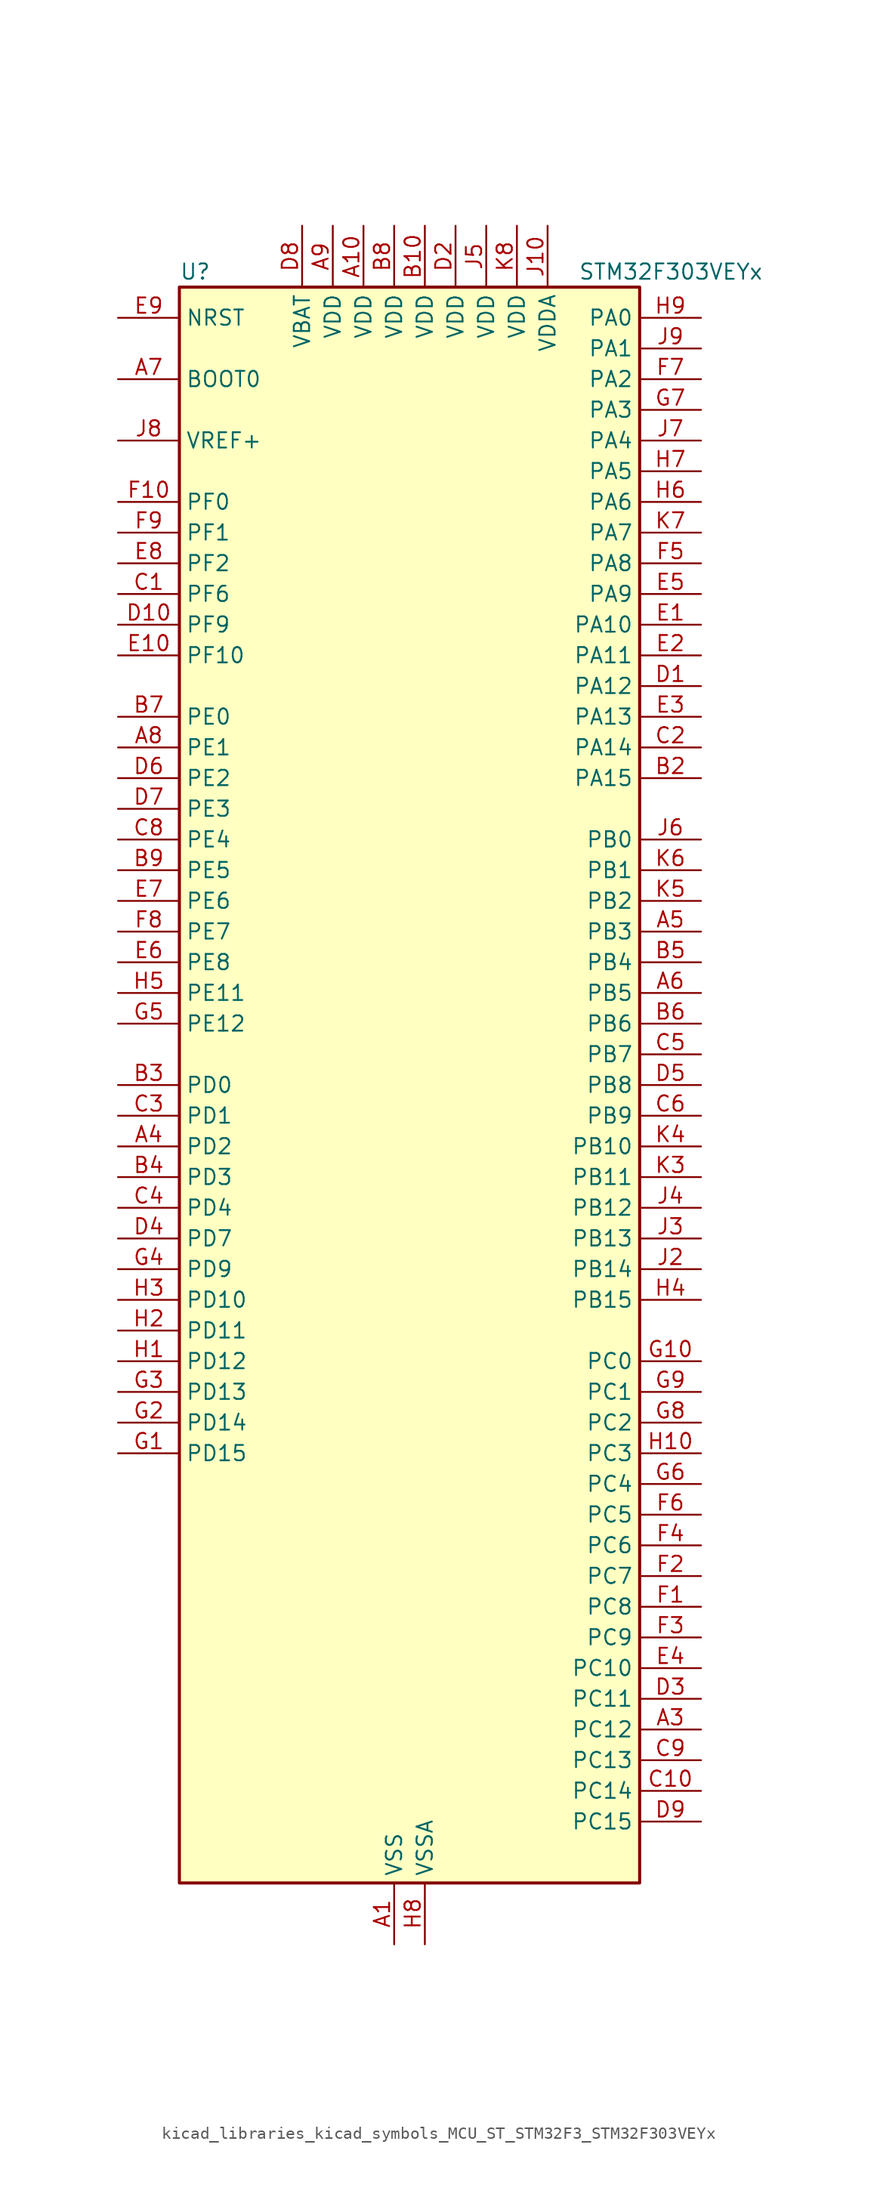
<source format=kicad_sym>
(kicad_symbol_lib
  (version 20220914)
  (generator kicad_symbol_editor)
  (symbol "kicad_libraries_kicad_symbols_MCU_ST_STM32F3_STM32F303VEYx"
    (property "Reference" "U"
      (at -17.78 67.31 0)
      (effects (font (size 1.27 1.27)) (justify left)))
    (property "Value" "STM32F303VEYx"
      (at 15.24 67.31 0)
      (effects (font (size 1.27 1.27)) (justify left)))
    (property "ki_locked" ""
      (at 0 0 0)
      (effects (font (size 1.27 1.27))))
    (symbol "kicad_libraries_kicad_symbols_MCU_ST_STM32F3_STM32F303VEYx_0_1"
      (rectangle (start -17.78 -66.04) (end 20.32 66.04) (stroke (width 0.254) (type default)) (fill (type background))))
    (symbol "kicad_libraries_kicad_symbols_MCU_ST_STM32F3_STM32F303VEYx_1_1"
      (pin power_in line (at 0 -71.12 90) (length 5.08) (name "VSS" (effects (font (size 1.27 1.27)))) (number "A1" (effects (font (size 1.27 1.27)))))
      (pin power_in line (at -2.54 71.12 270) (length 5.08) (name "VDD" (effects (font (size 1.27 1.27)))) (number "A10" (effects (font (size 1.27 1.27)))))
      (pin passive line (at 0 -71.12 90) (length 5.08) hide (name "VSS" (effects (font (size 1.27 1.27)))) (number "A2" (effects (font (size 1.27 1.27)))))
      (pin bidirectional line (at 25.4 -53.34 180) (length 5.08) (name "PC12" (effects (font (size 1.27 1.27)))) (number "A3" (effects (font (size 1.27 1.27)))) (alternate "I2S3_SD" bidirectional line) (alternate "SPI3_MOSI" bidirectional line) (alternate "TIM8_CH3N" bidirectional line) (alternate "UART5_TX" bidirectional line) (alternate "USART3_CK" bidirectional line))
      (pin bidirectional line (at -22.86 -5.08 0) (length 5.08) (name "PD2" (effects (font (size 1.27 1.27)))) (number "A4" (effects (font (size 1.27 1.27)))) (alternate "ADC3_EXTI2" bidirectional line) (alternate "ADC4_EXTI2" bidirectional line) (alternate "TIM3_ETR" bidirectional line) (alternate "TIM8_BKIN" bidirectional line) (alternate "UART5_RX" bidirectional line))
      (pin bidirectional line (at 25.4 12.7 180) (length 5.08) (name "PB3" (effects (font (size 1.27 1.27)))) (number "A5" (effects (font (size 1.27 1.27)))) (alternate "I2S3_CK" bidirectional line) (alternate "SPI1_SCK" bidirectional line) (alternate "SPI3_SCK" bidirectional line) (alternate "SYS_JTDO-TRACESWO" bidirectional line) (alternate "TIM2_CH2" bidirectional line) (alternate "TIM3_ETR" bidirectional line) (alternate "TIM4_ETR" bidirectional line) (alternate "TIM8_CH1N" bidirectional line) (alternate "TSC_G5_IO1" bidirectional line) (alternate "USART2_TX" bidirectional line))
      (pin bidirectional line (at 25.4 7.62 180) (length 5.08) (name "PB5" (effects (font (size 1.27 1.27)))) (number "A6" (effects (font (size 1.27 1.27)))) (alternate "I2C1_SMBA" bidirectional line) (alternate "I2C3_SDA" bidirectional line) (alternate "I2S3_SD" bidirectional line) (alternate "SPI1_MOSI" bidirectional line) (alternate "SPI3_MOSI" bidirectional line) (alternate "TIM16_BKIN" bidirectional line) (alternate "TIM17_CH1" bidirectional line) (alternate "TIM3_CH2" bidirectional line) (alternate "TIM8_CH3N" bidirectional line) (alternate "USART2_CK" bidirectional line))
      (pin input line (at -22.86 58.42 0) (length 5.08) (name "BOOT0" (effects (font (size 1.27 1.27)))) (number "A7" (effects (font (size 1.27 1.27)))))
      (pin bidirectional line (at -22.86 27.94 0) (length 5.08) (name "PE1" (effects (font (size 1.27 1.27)))) (number "A8" (effects (font (size 1.27 1.27)))) (alternate "FMC_NBL1" bidirectional line) (alternate "TIM17_CH1" bidirectional line) (alternate "TIM20_CH4" bidirectional line) (alternate "USART1_RX" bidirectional line))
      (pin power_in line (at -5.08 71.12 270) (length 5.08) (name "VDD" (effects (font (size 1.27 1.27)))) (number "A9" (effects (font (size 1.27 1.27)))))
      (pin passive line (at 0 -71.12 90) (length 5.08) hide (name "VSS" (effects (font (size 1.27 1.27)))) (number "B1" (effects (font (size 1.27 1.27)))))
      (pin power_in line (at 2.54 71.12 270) (length 5.08) (name "VDD" (effects (font (size 1.27 1.27)))) (number "B10" (effects (font (size 1.27 1.27)))))
      (pin bidirectional line (at 25.4 25.4 180) (length 5.08) (name "PA15" (effects (font (size 1.27 1.27)))) (number "B2" (effects (font (size 1.27 1.27)))) (alternate "ADC1_EXTI15" bidirectional line) (alternate "ADC2_EXTI15" bidirectional line) (alternate "ADC3_EXTI15" bidirectional line) (alternate "ADC4_EXTI15" bidirectional line) (alternate "I2C1_SCL" bidirectional line) (alternate "I2S3_WS" bidirectional line) (alternate "SPI1_NSS" bidirectional line) (alternate "SPI3_NSS" bidirectional line) (alternate "SYS_JTDI" bidirectional line) (alternate "TIM1_BKIN" bidirectional line) (alternate "TIM2_CH1" bidirectional line) (alternate "TIM2_ETR" bidirectional line) (alternate "TIM8_CH1" bidirectional line) (alternate "TSC_SYNC" bidirectional line) (alternate "USART2_RX" bidirectional line))
      (pin bidirectional line (at -22.86 0 0) (length 5.08) (name "PD0" (effects (font (size 1.27 1.27)))) (number "B3" (effects (font (size 1.27 1.27)))) (alternate "CAN_RX" bidirectional line) (alternate "FMC_D2" bidirectional line) (alternate "FMC_DA2" bidirectional line))
      (pin bidirectional line (at -22.86 -7.62 0) (length 5.08) (name "PD3" (effects (font (size 1.27 1.27)))) (number "B4" (effects (font (size 1.27 1.27)))) (alternate "FMC_CLK" bidirectional line) (alternate "TIM2_CH1" bidirectional line) (alternate "TIM2_ETR" bidirectional line) (alternate "USART2_CTS" bidirectional line))
      (pin bidirectional line (at 25.4 10.16 180) (length 5.08) (name "PB4" (effects (font (size 1.27 1.27)))) (number "B5" (effects (font (size 1.27 1.27)))) (alternate "I2S3_ext_SD" bidirectional line) (alternate "SPI1_MISO" bidirectional line) (alternate "SPI3_MISO" bidirectional line) (alternate "SYS_NJTRST" bidirectional line) (alternate "TIM16_CH1" bidirectional line) (alternate "TIM17_BKIN" bidirectional line) (alternate "TIM3_CH1" bidirectional line) (alternate "TIM8_CH2N" bidirectional line) (alternate "TSC_G5_IO2" bidirectional line) (alternate "USART2_RX" bidirectional line))
      (pin bidirectional line (at 25.4 5.08 180) (length 5.08) (name "PB6" (effects (font (size 1.27 1.27)))) (number "B6" (effects (font (size 1.27 1.27)))) (alternate "I2C1_SCL" bidirectional line) (alternate "TIM16_CH1N" bidirectional line) (alternate "TIM4_CH1" bidirectional line) (alternate "TIM8_BKIN2" bidirectional line) (alternate "TIM8_CH1" bidirectional line) (alternate "TIM8_ETR" bidirectional line) (alternate "TSC_G5_IO3" bidirectional line) (alternate "USART1_TX" bidirectional line))
      (pin bidirectional line (at -22.86 30.48 0) (length 5.08) (name "PE0" (effects (font (size 1.27 1.27)))) (number "B7" (effects (font (size 1.27 1.27)))) (alternate "FMC_NBL0" bidirectional line) (alternate "TIM16_CH1" bidirectional line) (alternate "TIM20_ETR" bidirectional line) (alternate "TIM4_ETR" bidirectional line) (alternate "USART1_TX" bidirectional line))
      (pin power_in line (at 0 71.12 270) (length 5.08) (name "VDD" (effects (font (size 1.27 1.27)))) (number "B8" (effects (font (size 1.27 1.27)))))
      (pin bidirectional line (at -22.86 17.78 0) (length 5.08) (name "PE5" (effects (font (size 1.27 1.27)))) (number "B9" (effects (font (size 1.27 1.27)))) (alternate "FMC_A21" bidirectional line) (alternate "SPI4_MISO" bidirectional line) (alternate "SYS_TRACED2" bidirectional line) (alternate "TIM20_CH2N" bidirectional line) (alternate "TIM3_CH4" bidirectional line) (alternate "TSC_G7_IO4" bidirectional line))
      (pin bidirectional line (at -22.86 40.64 0) (length 5.08) (name "PF6" (effects (font (size 1.27 1.27)))) (number "C1" (effects (font (size 1.27 1.27)))) (alternate "FMC_NIORD" bidirectional line) (alternate "I2C2_SCL" bidirectional line) (alternate "TIM4_CH4" bidirectional line) (alternate "USART3_DE" bidirectional line) (alternate "USART3_RTS" bidirectional line))
      (pin bidirectional line (at 25.4 -58.42 180) (length 5.08) (name "PC14" (effects (font (size 1.27 1.27)))) (number "C10" (effects (font (size 1.27 1.27)))) (alternate "RCC_OSC32_IN" bidirectional line))
      (pin bidirectional line (at 25.4 27.94 180) (length 5.08) (name "PA14" (effects (font (size 1.27 1.27)))) (number "C2" (effects (font (size 1.27 1.27)))) (alternate "I2C1_SDA" bidirectional line) (alternate "SYS_JTCK-SWCLK" bidirectional line) (alternate "TIM1_BKIN" bidirectional line) (alternate "TIM8_CH2" bidirectional line) (alternate "TSC_G4_IO4" bidirectional line) (alternate "USART2_TX" bidirectional line))
      (pin bidirectional line (at -22.86 -2.54 0) (length 5.08) (name "PD1" (effects (font (size 1.27 1.27)))) (number "C3" (effects (font (size 1.27 1.27)))) (alternate "CAN_TX" bidirectional line) (alternate "FMC_D3" bidirectional line) (alternate "FMC_DA3" bidirectional line) (alternate "TIM8_BKIN2" bidirectional line) (alternate "TIM8_CH4" bidirectional line))
      (pin bidirectional line (at -22.86 -10.16 0) (length 5.08) (name "PD4" (effects (font (size 1.27 1.27)))) (number "C4" (effects (font (size 1.27 1.27)))) (alternate "FMC_NOE" bidirectional line) (alternate "TIM2_CH2" bidirectional line) (alternate "USART2_DE" bidirectional line) (alternate "USART2_RTS" bidirectional line))
      (pin bidirectional line (at 25.4 2.54 180) (length 5.08) (name "PB7" (effects (font (size 1.27 1.27)))) (number "C5" (effects (font (size 1.27 1.27)))) (alternate "FMC_NL" bidirectional line) (alternate "I2C1_SDA" bidirectional line) (alternate "TIM17_CH1N" bidirectional line) (alternate "TIM3_CH4" bidirectional line) (alternate "TIM4_CH2" bidirectional line) (alternate "TIM8_BKIN" bidirectional line) (alternate "TSC_G5_IO4" bidirectional line) (alternate "USART1_RX" bidirectional line))
      (pin bidirectional line (at 25.4 -2.54 180) (length 5.08) (name "PB9" (effects (font (size 1.27 1.27)))) (number "C6" (effects (font (size 1.27 1.27)))) (alternate "CAN_TX" bidirectional line) (alternate "COMP2_OUT" bidirectional line) (alternate "DAC1_EXTI9" bidirectional line) (alternate "I2C1_SDA" bidirectional line) (alternate "IR_OUT" bidirectional line) (alternate "TIM17_CH1" bidirectional line) (alternate "TIM4_CH4" bidirectional line) (alternate "TIM8_CH3" bidirectional line) (alternate "USART3_TX" bidirectional line))
      (pin passive line (at 0 -71.12 90) (length 5.08) hide (name "VSS" (effects (font (size 1.27 1.27)))) (number "C7" (effects (font (size 1.27 1.27)))))
      (pin bidirectional line (at -22.86 20.32 0) (length 5.08) (name "PE4" (effects (font (size 1.27 1.27)))) (number "C8" (effects (font (size 1.27 1.27)))) (alternate "FMC_A20" bidirectional line) (alternate "SPI4_NSS" bidirectional line) (alternate "SYS_TRACED1" bidirectional line) (alternate "TIM20_CH1N" bidirectional line) (alternate "TIM3_CH3" bidirectional line) (alternate "TSC_G7_IO3" bidirectional line))
      (pin bidirectional line (at 25.4 -55.88 180) (length 5.08) (name "PC13" (effects (font (size 1.27 1.27)))) (number "C9" (effects (font (size 1.27 1.27)))) (alternate "RTC_OUT_ALARM" bidirectional line) (alternate "RTC_OUT_CALIB" bidirectional line) (alternate "RTC_TAMP1" bidirectional line) (alternate "RTC_TS" bidirectional line) (alternate "SYS_WKUP2" bidirectional line) (alternate "TIM1_CH1N" bidirectional line))
      (pin bidirectional line (at 25.4 33.02 180) (length 5.08) (name "PA12" (effects (font (size 1.27 1.27)))) (number "D1" (effects (font (size 1.27 1.27)))) (alternate "CAN_TX" bidirectional line) (alternate "COMP2_OUT" bidirectional line) (alternate "I2S_CKIN" bidirectional line) (alternate "TIM16_CH1" bidirectional line) (alternate "TIM1_CH2N" bidirectional line) (alternate "TIM1_ETR" bidirectional line) (alternate "TIM4_CH2" bidirectional line) (alternate "USART1_DE" bidirectional line) (alternate "USART1_RTS" bidirectional line) (alternate "USB_DP" bidirectional line))
      (pin bidirectional line (at -22.86 38.1 0) (length 5.08) (name "PF9" (effects (font (size 1.27 1.27)))) (number "D10" (effects (font (size 1.27 1.27)))) (alternate "DAC1_EXTI9" bidirectional line) (alternate "FMC_CD" bidirectional line) (alternate "SPI2_SCK" bidirectional line) (alternate "TIM15_CH1" bidirectional line) (alternate "TIM20_BKIN" bidirectional line))
      (pin power_in line (at 5.08 71.12 270) (length 5.08) (name "VDD" (effects (font (size 1.27 1.27)))) (number "D2" (effects (font (size 1.27 1.27)))))
      (pin bidirectional line (at 25.4 -50.8 180) (length 5.08) (name "PC11" (effects (font (size 1.27 1.27)))) (number "D3" (effects (font (size 1.27 1.27)))) (alternate "ADC1_EXTI11" bidirectional line) (alternate "ADC2_EXTI11" bidirectional line) (alternate "I2S3_ext_SD" bidirectional line) (alternate "SPI3_MISO" bidirectional line) (alternate "TIM8_CH2N" bidirectional line) (alternate "UART4_RX" bidirectional line) (alternate "USART3_RX" bidirectional line))
      (pin bidirectional line (at -22.86 -12.7 0) (length 5.08) (name "PD7" (effects (font (size 1.27 1.27)))) (number "D4" (effects (font (size 1.27 1.27)))) (alternate "FMC_NCE2" bidirectional line) (alternate "FMC_NE1" bidirectional line) (alternate "TIM2_CH3" bidirectional line) (alternate "USART2_CK" bidirectional line))
      (pin bidirectional line (at 25.4 0 180) (length 5.08) (name "PB8" (effects (font (size 1.27 1.27)))) (number "D5" (effects (font (size 1.27 1.27)))) (alternate "CAN_RX" bidirectional line) (alternate "COMP1_OUT" bidirectional line) (alternate "I2C1_SCL" bidirectional line) (alternate "TIM16_CH1" bidirectional line) (alternate "TIM1_BKIN" bidirectional line) (alternate "TIM4_CH3" bidirectional line) (alternate "TIM8_CH2" bidirectional line) (alternate "TSC_SYNC" bidirectional line) (alternate "USART3_RX" bidirectional line))
      (pin bidirectional line (at -22.86 25.4 0) (length 5.08) (name "PE2" (effects (font (size 1.27 1.27)))) (number "D6" (effects (font (size 1.27 1.27)))) (alternate "ADC3_EXTI2" bidirectional line) (alternate "ADC4_EXTI2" bidirectional line) (alternate "FMC_A23" bidirectional line) (alternate "SPI4_SCK" bidirectional line) (alternate "SYS_TRACECK" bidirectional line) (alternate "TIM20_CH1" bidirectional line) (alternate "TIM3_CH1" bidirectional line) (alternate "TSC_G7_IO1" bidirectional line))
      (pin bidirectional line (at -22.86 22.86 0) (length 5.08) (name "PE3" (effects (font (size 1.27 1.27)))) (number "D7" (effects (font (size 1.27 1.27)))) (alternate "FMC_A19" bidirectional line) (alternate "SPI4_NSS" bidirectional line) (alternate "SYS_TRACED0" bidirectional line) (alternate "TIM20_CH2" bidirectional line) (alternate "TIM3_CH2" bidirectional line) (alternate "TSC_G7_IO2" bidirectional line))
      (pin power_in line (at -7.62 71.12 270) (length 5.08) (name "VBAT" (effects (font (size 1.27 1.27)))) (number "D8" (effects (font (size 1.27 1.27)))))
      (pin bidirectional line (at 25.4 -60.96 180) (length 5.08) (name "PC15" (effects (font (size 1.27 1.27)))) (number "D9" (effects (font (size 1.27 1.27)))) (alternate "ADC1_EXTI15" bidirectional line) (alternate "ADC2_EXTI15" bidirectional line) (alternate "ADC3_EXTI15" bidirectional line) (alternate "ADC4_EXTI15" bidirectional line) (alternate "RCC_OSC32_OUT" bidirectional line))
      (pin bidirectional line (at 25.4 38.1 180) (length 5.08) (name "PA10" (effects (font (size 1.27 1.27)))) (number "E1" (effects (font (size 1.27 1.27)))) (alternate "COMP6_OUT" bidirectional line) (alternate "I2C2_SDA" bidirectional line) (alternate "I2S2_ext_SD" bidirectional line) (alternate "SPI2_MISO" bidirectional line) (alternate "TIM17_BKIN" bidirectional line) (alternate "TIM1_CH3" bidirectional line) (alternate "TIM2_CH4" bidirectional line) (alternate "TIM8_BKIN" bidirectional line) (alternate "TSC_G4_IO2" bidirectional line) (alternate "USART1_RX" bidirectional line))
      (pin bidirectional line (at -22.86 35.56 0) (length 5.08) (name "PF10" (effects (font (size 1.27 1.27)))) (number "E10" (effects (font (size 1.27 1.27)))) (alternate "FMC_INTR" bidirectional line) (alternate "SPI2_SCK" bidirectional line) (alternate "TIM15_CH2" bidirectional line) (alternate "TIM20_BKIN2" bidirectional line))
      (pin bidirectional line (at 25.4 35.56 180) (length 5.08) (name "PA11" (effects (font (size 1.27 1.27)))) (number "E2" (effects (font (size 1.27 1.27)))) (alternate "ADC1_EXTI11" bidirectional line) (alternate "ADC2_EXTI11" bidirectional line) (alternate "CAN_RX" bidirectional line) (alternate "COMP1_OUT" bidirectional line) (alternate "I2S2_SD" bidirectional line) (alternate "SPI2_MOSI" bidirectional line) (alternate "TIM1_BKIN2" bidirectional line) (alternate "TIM1_CH1N" bidirectional line) (alternate "TIM1_CH4" bidirectional line) (alternate "TIM4_CH1" bidirectional line) (alternate "USART1_CTS" bidirectional line) (alternate "USB_DM" bidirectional line))
      (pin bidirectional line (at 25.4 30.48 180) (length 5.08) (name "PA13" (effects (font (size 1.27 1.27)))) (number "E3" (effects (font (size 1.27 1.27)))) (alternate "IR_OUT" bidirectional line) (alternate "SYS_JTMS-SWDIO" bidirectional line) (alternate "TIM16_CH1N" bidirectional line) (alternate "TIM4_CH3" bidirectional line) (alternate "TSC_G4_IO3" bidirectional line) (alternate "USART3_CTS" bidirectional line))
      (pin bidirectional line (at 25.4 -48.26 180) (length 5.08) (name "PC10" (effects (font (size 1.27 1.27)))) (number "E4" (effects (font (size 1.27 1.27)))) (alternate "I2S3_CK" bidirectional line) (alternate "SPI3_SCK" bidirectional line) (alternate "TIM8_CH1N" bidirectional line) (alternate "UART4_TX" bidirectional line) (alternate "USART3_TX" bidirectional line))
      (pin bidirectional line (at 25.4 40.64 180) (length 5.08) (name "PA9" (effects (font (size 1.27 1.27)))) (number "E5" (effects (font (size 1.27 1.27)))) (alternate "COMP5_OUT" bidirectional line) (alternate "DAC1_EXTI9" bidirectional line) (alternate "I2C2_SCL" bidirectional line) (alternate "I2C3_SMBA" bidirectional line) (alternate "I2S3_MCK" bidirectional line) (alternate "TIM15_BKIN" bidirectional line) (alternate "TIM1_CH2" bidirectional line) (alternate "TIM2_CH3" bidirectional line) (alternate "TSC_G4_IO1" bidirectional line) (alternate "USART1_TX" bidirectional line))
      (pin bidirectional line (at -22.86 10.16 0) (length 5.08) (name "PE8" (effects (font (size 1.27 1.27)))) (number "E6" (effects (font (size 1.27 1.27)))) (alternate "ADC3_IN6" bidirectional line) (alternate "ADC4_IN6" bidirectional line) (alternate "COMP4_INM" bidirectional line) (alternate "FMC_D5" bidirectional line) (alternate "FMC_DA5" bidirectional line) (alternate "TIM1_CH1N" bidirectional line))
      (pin bidirectional line (at -22.86 15.24 0) (length 5.08) (name "PE6" (effects (font (size 1.27 1.27)))) (number "E7" (effects (font (size 1.27 1.27)))) (alternate "FMC_A22" bidirectional line) (alternate "RTC_TAMP3" bidirectional line) (alternate "SPI4_MOSI" bidirectional line) (alternate "SYS_TRACED3" bidirectional line) (alternate "SYS_WKUP3" bidirectional line) (alternate "TIM20_CH3N" bidirectional line))
      (pin bidirectional line (at -22.86 43.18 0) (length 5.08) (name "PF2" (effects (font (size 1.27 1.27)))) (number "E8" (effects (font (size 1.27 1.27)))) (alternate "ADC1_IN10" bidirectional line) (alternate "ADC2_IN10" bidirectional line) (alternate "ADC3_EXTI2" bidirectional line) (alternate "ADC4_EXTI2" bidirectional line) (alternate "FMC_A2" bidirectional line) (alternate "TIM20_CH3" bidirectional line))
      (pin input line (at -22.86 63.5 0) (length 5.08) (name "NRST" (effects (font (size 1.27 1.27)))) (number "E9" (effects (font (size 1.27 1.27)))))
      (pin bidirectional line (at 25.4 -43.18 180) (length 5.08) (name "PC8" (effects (font (size 1.27 1.27)))) (number "F1" (effects (font (size 1.27 1.27)))) (alternate "COMP3_OUT" bidirectional line) (alternate "TIM3_CH3" bidirectional line) (alternate "TIM8_CH3" bidirectional line))
      (pin bidirectional line (at -22.86 48.26 0) (length 5.08) (name "PF0" (effects (font (size 1.27 1.27)))) (number "F10" (effects (font (size 1.27 1.27)))) (alternate "I2C2_SDA" bidirectional line) (alternate "I2S2_WS" bidirectional line) (alternate "RCC_OSC_IN" bidirectional line) (alternate "SPI2_NSS" bidirectional line) (alternate "TIM1_CH3N" bidirectional line))
      (pin bidirectional line (at 25.4 -40.64 180) (length 5.08) (name "PC7" (effects (font (size 1.27 1.27)))) (number "F2" (effects (font (size 1.27 1.27)))) (alternate "COMP5_OUT" bidirectional line) (alternate "I2S3_MCK" bidirectional line) (alternate "TIM3_CH2" bidirectional line) (alternate "TIM8_CH2" bidirectional line))
      (pin bidirectional line (at 25.4 -45.72 180) (length 5.08) (name "PC9" (effects (font (size 1.27 1.27)))) (number "F3" (effects (font (size 1.27 1.27)))) (alternate "DAC1_EXTI9" bidirectional line) (alternate "I2C3_SDA" bidirectional line) (alternate "I2S_CKIN" bidirectional line) (alternate "TIM3_CH4" bidirectional line) (alternate "TIM8_BKIN2" bidirectional line) (alternate "TIM8_CH4" bidirectional line))
      (pin bidirectional line (at 25.4 -38.1 180) (length 5.08) (name "PC6" (effects (font (size 1.27 1.27)))) (number "F4" (effects (font (size 1.27 1.27)))) (alternate "COMP6_OUT" bidirectional line) (alternate "I2S2_MCK" bidirectional line) (alternate "TIM3_CH1" bidirectional line) (alternate "TIM8_CH1" bidirectional line))
      (pin bidirectional line (at 25.4 43.18 180) (length 5.08) (name "PA8" (effects (font (size 1.27 1.27)))) (number "F5" (effects (font (size 1.27 1.27)))) (alternate "COMP3_OUT" bidirectional line) (alternate "I2C2_SMBA" bidirectional line) (alternate "I2C3_SCL" bidirectional line) (alternate "I2S2_MCK" bidirectional line) (alternate "RCC_MCO" bidirectional line) (alternate "TIM1_CH1" bidirectional line) (alternate "TIM4_ETR" bidirectional line) (alternate "USART1_CK" bidirectional line))
      (pin bidirectional line (at 25.4 -35.56 180) (length 5.08) (name "PC5" (effects (font (size 1.27 1.27)))) (number "F6" (effects (font (size 1.27 1.27)))) (alternate "ADC2_IN11" bidirectional line) (alternate "OPAMP1_VINM" bidirectional line) (alternate "OPAMP1_VINM_SEC" bidirectional line) (alternate "OPAMP2_VINM" bidirectional line) (alternate "OPAMP2_VINM_SEC" bidirectional line) (alternate "TIM15_BKIN" bidirectional line) (alternate "TSC_G3_IO1" bidirectional line) (alternate "USART1_RX" bidirectional line))
      (pin bidirectional line (at 25.4 58.42 180) (length 5.08) (name "PA2" (effects (font (size 1.27 1.27)))) (number "F7" (effects (font (size 1.27 1.27)))) (alternate "ADC1_IN3" bidirectional line) (alternate "ADC3_EXTI2" bidirectional line) (alternate "ADC4_EXTI2" bidirectional line) (alternate "COMP2_INM" bidirectional line) (alternate "COMP2_OUT" bidirectional line) (alternate "OPAMP1_VOUT" bidirectional line) (alternate "TIM15_CH1" bidirectional line) (alternate "TIM2_CH3" bidirectional line) (alternate "TSC_G1_IO3" bidirectional line) (alternate "USART2_TX" bidirectional line))
      (pin bidirectional line (at -22.86 12.7 0) (length 5.08) (name "PE7" (effects (font (size 1.27 1.27)))) (number "F8" (effects (font (size 1.27 1.27)))) (alternate "ADC3_IN13" bidirectional line) (alternate "FMC_D4" bidirectional line) (alternate "FMC_DA4" bidirectional line) (alternate "TIM1_ETR" bidirectional line))
      (pin bidirectional line (at -22.86 45.72 0) (length 5.08) (name "PF1" (effects (font (size 1.27 1.27)))) (number "F9" (effects (font (size 1.27 1.27)))) (alternate "I2C2_SCL" bidirectional line) (alternate "I2S2_CK" bidirectional line) (alternate "RCC_OSC_OUT" bidirectional line) (alternate "SPI2_SCK" bidirectional line))
      (pin bidirectional line (at -22.86 -30.48 0) (length 5.08) (name "PD15" (effects (font (size 1.27 1.27)))) (number "G1" (effects (font (size 1.27 1.27)))) (alternate "ADC1_EXTI15" bidirectional line) (alternate "ADC2_EXTI15" bidirectional line) (alternate "ADC3_EXTI15" bidirectional line) (alternate "ADC4_EXTI15" bidirectional line) (alternate "COMP3_INM" bidirectional line) (alternate "FMC_D1" bidirectional line) (alternate "FMC_DA1" bidirectional line) (alternate "SPI2_NSS" bidirectional line) (alternate "TIM4_CH4" bidirectional line) (alternate "TSC_G8_IO4" bidirectional line))
      (pin bidirectional line (at 25.4 -22.86 180) (length 5.08) (name "PC0" (effects (font (size 1.27 1.27)))) (number "G10" (effects (font (size 1.27 1.27)))) (alternate "ADC1_IN6" bidirectional line) (alternate "ADC2_IN6" bidirectional line) (alternate "COMP7_INM" bidirectional line) (alternate "TIM1_CH1" bidirectional line))
      (pin bidirectional line (at -22.86 -27.94 0) (length 5.08) (name "PD14" (effects (font (size 1.27 1.27)))) (number "G2" (effects (font (size 1.27 1.27)))) (alternate "ADC3_IN11" bidirectional line) (alternate "ADC4_IN11" bidirectional line) (alternate "FMC_D0" bidirectional line) (alternate "FMC_DA0" bidirectional line) (alternate "OPAMP2_VINP" bidirectional line) (alternate "OPAMP2_VINP_SEC" bidirectional line) (alternate "TIM4_CH3" bidirectional line) (alternate "TSC_G8_IO3" bidirectional line))
      (pin bidirectional line (at -22.86 -25.4 0) (length 5.08) (name "PD13" (effects (font (size 1.27 1.27)))) (number "G3" (effects (font (size 1.27 1.27)))) (alternate "ADC3_IN10" bidirectional line) (alternate "ADC4_IN10" bidirectional line) (alternate "COMP5_INM" bidirectional line) (alternate "FMC_A18" bidirectional line) (alternate "TIM4_CH2" bidirectional line) (alternate "TSC_G8_IO2" bidirectional line))
      (pin bidirectional line (at -22.86 -15.24 0) (length 5.08) (name "PD9" (effects (font (size 1.27 1.27)))) (number "G4" (effects (font (size 1.27 1.27)))) (alternate "ADC4_IN13" bidirectional line) (alternate "DAC1_EXTI9" bidirectional line) (alternate "FMC_D14" bidirectional line) (alternate "FMC_DA14" bidirectional line) (alternate "USART3_RX" bidirectional line))
      (pin bidirectional line (at -22.86 5.08 0) (length 5.08) (name "PE12" (effects (font (size 1.27 1.27)))) (number "G5" (effects (font (size 1.27 1.27)))) (alternate "ADC3_IN16" bidirectional line) (alternate "FMC_D9" bidirectional line) (alternate "FMC_DA9" bidirectional line) (alternate "SPI4_SCK" bidirectional line) (alternate "TIM1_CH3N" bidirectional line))
      (pin bidirectional line (at 25.4 -33.02 180) (length 5.08) (name "PC4" (effects (font (size 1.27 1.27)))) (number "G6" (effects (font (size 1.27 1.27)))) (alternate "ADC2_IN5" bidirectional line) (alternate "TIM1_ETR" bidirectional line) (alternate "USART1_TX" bidirectional line))
      (pin bidirectional line (at 25.4 55.88 180) (length 5.08) (name "PA3" (effects (font (size 1.27 1.27)))) (number "G7" (effects (font (size 1.27 1.27)))) (alternate "ADC1_IN4" bidirectional line) (alternate "OPAMP1_VINM" bidirectional line) (alternate "OPAMP1_VINM_SEC" bidirectional line) (alternate "OPAMP1_VINP" bidirectional line) (alternate "OPAMP1_VINP_SEC" bidirectional line) (alternate "TIM15_CH2" bidirectional line) (alternate "TIM2_CH4" bidirectional line) (alternate "TSC_G1_IO4" bidirectional line) (alternate "USART2_RX" bidirectional line))
      (pin bidirectional line (at 25.4 -27.94 180) (length 5.08) (name "PC2" (effects (font (size 1.27 1.27)))) (number "G8" (effects (font (size 1.27 1.27)))) (alternate "ADC1_IN8" bidirectional line) (alternate "ADC2_IN8" bidirectional line) (alternate "ADC3_EXTI2" bidirectional line) (alternate "ADC4_EXTI2" bidirectional line) (alternate "COMP7_OUT" bidirectional line) (alternate "TIM1_CH3" bidirectional line))
      (pin bidirectional line (at 25.4 -25.4 180) (length 5.08) (name "PC1" (effects (font (size 1.27 1.27)))) (number "G9" (effects (font (size 1.27 1.27)))) (alternate "ADC1_IN7" bidirectional line) (alternate "ADC2_IN7" bidirectional line) (alternate "COMP7_INP" bidirectional line) (alternate "TIM1_CH2" bidirectional line))
      (pin bidirectional line (at -22.86 -22.86 0) (length 5.08) (name "PD12" (effects (font (size 1.27 1.27)))) (number "H1" (effects (font (size 1.27 1.27)))) (alternate "ADC3_IN9" bidirectional line) (alternate "ADC4_IN9" bidirectional line) (alternate "FMC_A17" bidirectional line) (alternate "FMC_ALE" bidirectional line) (alternate "TIM4_CH1" bidirectional line) (alternate "TSC_G8_IO1" bidirectional line) (alternate "USART3_DE" bidirectional line) (alternate "USART3_RTS" bidirectional line))
      (pin bidirectional line (at 25.4 -30.48 180) (length 5.08) (name "PC3" (effects (font (size 1.27 1.27)))) (number "H10" (effects (font (size 1.27 1.27)))) (alternate "ADC1_IN9" bidirectional line) (alternate "ADC2_IN9" bidirectional line) (alternate "TIM1_BKIN2" bidirectional line) (alternate "TIM1_CH4" bidirectional line))
      (pin bidirectional line (at -22.86 -20.32 0) (length 5.08) (name "PD11" (effects (font (size 1.27 1.27)))) (number "H2" (effects (font (size 1.27 1.27)))) (alternate "ADC1_EXTI11" bidirectional line) (alternate "ADC2_EXTI11" bidirectional line) (alternate "ADC3_IN8" bidirectional line) (alternate "ADC4_IN8" bidirectional line) (alternate "FMC_A16" bidirectional line) (alternate "FMC_CLE" bidirectional line) (alternate "OPAMP4_VINP" bidirectional line) (alternate "OPAMP4_VINP_SEC" bidirectional line) (alternate "USART3_CTS" bidirectional line))
      (pin bidirectional line (at -22.86 -17.78 0) (length 5.08) (name "PD10" (effects (font (size 1.27 1.27)))) (number "H3" (effects (font (size 1.27 1.27)))) (alternate "ADC3_IN7" bidirectional line) (alternate "ADC4_IN7" bidirectional line) (alternate "COMP6_INM" bidirectional line) (alternate "FMC_D15" bidirectional line) (alternate "FMC_DA15" bidirectional line) (alternate "USART3_CK" bidirectional line))
      (pin bidirectional line (at 25.4 -17.78 180) (length 5.08) (name "PB15" (effects (font (size 1.27 1.27)))) (number "H4" (effects (font (size 1.27 1.27)))) (alternate "ADC1_EXTI15" bidirectional line) (alternate "ADC2_EXTI15" bidirectional line) (alternate "ADC3_EXTI15" bidirectional line) (alternate "ADC4_EXTI15" bidirectional line) (alternate "ADC4_IN5" bidirectional line) (alternate "COMP6_INM" bidirectional line) (alternate "I2S2_SD" bidirectional line) (alternate "RTC_REFIN" bidirectional line) (alternate "SPI2_MOSI" bidirectional line) (alternate "TIM15_CH1N" bidirectional line) (alternate "TIM15_CH2" bidirectional line) (alternate "TIM1_CH3N" bidirectional line))
      (pin bidirectional line (at -22.86 7.62 0) (length 5.08) (name "PE11" (effects (font (size 1.27 1.27)))) (number "H5" (effects (font (size 1.27 1.27)))) (alternate "ADC1_EXTI11" bidirectional line) (alternate "ADC2_EXTI11" bidirectional line) (alternate "ADC3_IN15" bidirectional line) (alternate "FMC_D8" bidirectional line) (alternate "FMC_DA8" bidirectional line) (alternate "SPI4_NSS" bidirectional line) (alternate "TIM1_CH2" bidirectional line))
      (pin bidirectional line (at 25.4 48.26 180) (length 5.08) (name "PA6" (effects (font (size 1.27 1.27)))) (number "H6" (effects (font (size 1.27 1.27)))) (alternate "ADC2_IN3" bidirectional line) (alternate "COMP1_OUT" bidirectional line) (alternate "OPAMP2_VOUT" bidirectional line) (alternate "SPI1_MISO" bidirectional line) (alternate "TIM16_CH1" bidirectional line) (alternate "TIM1_BKIN" bidirectional line) (alternate "TIM3_CH1" bidirectional line) (alternate "TIM8_BKIN" bidirectional line) (alternate "TSC_G2_IO3" bidirectional line))
      (pin bidirectional line (at 25.4 50.8 180) (length 5.08) (name "PA5" (effects (font (size 1.27 1.27)))) (number "H7" (effects (font (size 1.27 1.27)))) (alternate "ADC2_IN2" bidirectional line) (alternate "COMP1_INM" bidirectional line) (alternate "COMP2_INM" bidirectional line) (alternate "COMP3_INM" bidirectional line) (alternate "COMP4_INM" bidirectional line) (alternate "COMP5_INM" bidirectional line) (alternate "COMP6_INM" bidirectional line) (alternate "COMP7_INM" bidirectional line) (alternate "DAC1_OUT2" bidirectional line) (alternate "OPAMP1_VINP" bidirectional line) (alternate "OPAMP1_VINP_SEC" bidirectional line) (alternate "OPAMP2_VINM" bidirectional line) (alternate "OPAMP2_VINM_SEC" bidirectional line) (alternate "OPAMP3_VINP" bidirectional line) (alternate "OPAMP3_VINP_SEC" bidirectional line) (alternate "SPI1_SCK" bidirectional line) (alternate "TIM2_CH1" bidirectional line) (alternate "TIM2_ETR" bidirectional line) (alternate "TSC_G2_IO2" bidirectional line))
      (pin power_in line (at 2.54 -71.12 90) (length 5.08) (name "VSSA" (effects (font (size 1.27 1.27)))) (number "H8" (effects (font (size 1.27 1.27)))))
      (pin bidirectional line (at 25.4 63.5 180) (length 5.08) (name "PA0" (effects (font (size 1.27 1.27)))) (number "H9" (effects (font (size 1.27 1.27)))) (alternate "ADC1_IN1" bidirectional line) (alternate "COMP1_INM" bidirectional line) (alternate "COMP1_OUT" bidirectional line) (alternate "RTC_TAMP2" bidirectional line) (alternate "SYS_WKUP1" bidirectional line) (alternate "TIM2_CH1" bidirectional line) (alternate "TIM2_ETR" bidirectional line) (alternate "TIM8_BKIN" bidirectional line) (alternate "TIM8_ETR" bidirectional line) (alternate "TSC_G1_IO1" bidirectional line) (alternate "USART2_CTS" bidirectional line))
      (pin passive line (at 0 -71.12 90) (length 5.08) hide (name "VSS" (effects (font (size 1.27 1.27)))) (number "J1" (effects (font (size 1.27 1.27)))))
      (pin power_in line (at 12.7 71.12 270) (length 5.08) (name "VDDA" (effects (font (size 1.27 1.27)))) (number "J10" (effects (font (size 1.27 1.27)))))
      (pin bidirectional line (at 25.4 -15.24 180) (length 5.08) (name "PB14" (effects (font (size 1.27 1.27)))) (number "J2" (effects (font (size 1.27 1.27)))) (alternate "ADC4_IN4" bidirectional line) (alternate "COMP3_INP" bidirectional line) (alternate "I2S2_ext_SD" bidirectional line) (alternate "OPAMP2_VINP" bidirectional line) (alternate "OPAMP2_VINP_SEC" bidirectional line) (alternate "SPI2_MISO" bidirectional line) (alternate "TIM15_CH1" bidirectional line) (alternate "TIM1_CH2N" bidirectional line) (alternate "TSC_G6_IO4" bidirectional line) (alternate "USART3_DE" bidirectional line) (alternate "USART3_RTS" bidirectional line))
      (pin bidirectional line (at 25.4 -12.7 180) (length 5.08) (name "PB13" (effects (font (size 1.27 1.27)))) (number "J3" (effects (font (size 1.27 1.27)))) (alternate "ADC3_IN5" bidirectional line) (alternate "COMP5_INP" bidirectional line) (alternate "I2S2_CK" bidirectional line) (alternate "OPAMP3_VINP" bidirectional line) (alternate "OPAMP3_VINP_SEC" bidirectional line) (alternate "OPAMP4_VINP" bidirectional line) (alternate "OPAMP4_VINP_SEC" bidirectional line) (alternate "SPI2_SCK" bidirectional line) (alternate "TIM1_CH1N" bidirectional line) (alternate "TSC_G6_IO3" bidirectional line) (alternate "USART3_CTS" bidirectional line))
      (pin bidirectional line (at 25.4 -10.16 180) (length 5.08) (name "PB12" (effects (font (size 1.27 1.27)))) (number "J4" (effects (font (size 1.27 1.27)))) (alternate "ADC4_IN3" bidirectional line) (alternate "COMP3_INM" bidirectional line) (alternate "I2C2_SMBA" bidirectional line) (alternate "I2S2_WS" bidirectional line) (alternate "OPAMP4_VOUT" bidirectional line) (alternate "SPI2_NSS" bidirectional line) (alternate "TIM1_BKIN" bidirectional line) (alternate "TSC_G6_IO2" bidirectional line) (alternate "USART3_CK" bidirectional line))
      (pin power_in line (at 7.62 71.12 270) (length 5.08) (name "VDD" (effects (font (size 1.27 1.27)))) (number "J5" (effects (font (size 1.27 1.27)))))
      (pin bidirectional line (at 25.4 20.32 180) (length 5.08) (name "PB0" (effects (font (size 1.27 1.27)))) (number "J6" (effects (font (size 1.27 1.27)))) (alternate "ADC3_IN12" bidirectional line) (alternate "COMP4_INP" bidirectional line) (alternate "OPAMP2_VINP" bidirectional line) (alternate "OPAMP2_VINP_SEC" bidirectional line) (alternate "OPAMP3_VINP" bidirectional line) (alternate "OPAMP3_VINP_SEC" bidirectional line) (alternate "TIM1_CH2N" bidirectional line) (alternate "TIM3_CH3" bidirectional line) (alternate "TIM8_CH2N" bidirectional line) (alternate "TSC_G3_IO2" bidirectional line))
      (pin bidirectional line (at 25.4 53.34 180) (length 5.08) (name "PA4" (effects (font (size 1.27 1.27)))) (number "J7" (effects (font (size 1.27 1.27)))) (alternate "ADC2_IN1" bidirectional line) (alternate "COMP1_INM" bidirectional line) (alternate "COMP2_INM" bidirectional line) (alternate "COMP3_INM" bidirectional line) (alternate "COMP4_INM" bidirectional line) (alternate "COMP5_INM" bidirectional line) (alternate "COMP6_INM" bidirectional line) (alternate "COMP7_INM" bidirectional line) (alternate "DAC1_OUT1" bidirectional line) (alternate "I2S3_WS" bidirectional line) (alternate "OPAMP4_VINP" bidirectional line) (alternate "OPAMP4_VINP_SEC" bidirectional line) (alternate "SPI1_NSS" bidirectional line) (alternate "SPI3_NSS" bidirectional line) (alternate "TIM3_CH2" bidirectional line) (alternate "TSC_G2_IO1" bidirectional line) (alternate "USART2_CK" bidirectional line))
      (pin input line (at -22.86 53.34 0) (length 5.08) (name "VREF+" (effects (font (size 1.27 1.27)))) (number "J8" (effects (font (size 1.27 1.27)))))
      (pin bidirectional line (at 25.4 60.96 180) (length 5.08) (name "PA1" (effects (font (size 1.27 1.27)))) (number "J9" (effects (font (size 1.27 1.27)))) (alternate "ADC1_IN2" bidirectional line) (alternate "COMP1_INP" bidirectional line) (alternate "OPAMP1_VINP" bidirectional line) (alternate "OPAMP1_VINP_SEC" bidirectional line) (alternate "OPAMP3_VINP" bidirectional line) (alternate "OPAMP3_VINP_SEC" bidirectional line) (alternate "RTC_REFIN" bidirectional line) (alternate "TIM15_CH1N" bidirectional line) (alternate "TIM2_CH2" bidirectional line) (alternate "TSC_G1_IO2" bidirectional line) (alternate "USART2_DE" bidirectional line) (alternate "USART2_RTS" bidirectional line))
      (pin passive line (at 0 -71.12 90) (length 5.08) hide (name "VSS" (effects (font (size 1.27 1.27)))) (number "K1" (effects (font (size 1.27 1.27)))))
      (pin passive line (at 0 -71.12 90) (length 5.08) hide (name "VSS" (effects (font (size 1.27 1.27)))) (number "K10" (effects (font (size 1.27 1.27)))))
      (pin passive line (at 0 -71.12 90) (length 5.08) hide (name "VSS" (effects (font (size 1.27 1.27)))) (number "K2" (effects (font (size 1.27 1.27)))))
      (pin bidirectional line (at 25.4 -7.62 180) (length 5.08) (name "PB11" (effects (font (size 1.27 1.27)))) (number "K3" (effects (font (size 1.27 1.27)))) (alternate "ADC1_EXTI11" bidirectional line) (alternate "ADC1_IN14" bidirectional line) (alternate "ADC2_EXTI11" bidirectional line) (alternate "ADC2_IN14" bidirectional line) (alternate "COMP6_INP" bidirectional line) (alternate "OPAMP4_VINP" bidirectional line) (alternate "OPAMP4_VINP_SEC" bidirectional line) (alternate "TIM2_CH4" bidirectional line) (alternate "TSC_G6_IO1" bidirectional line) (alternate "USART3_RX" bidirectional line))
      (pin bidirectional line (at 25.4 -5.08 180) (length 5.08) (name "PB10" (effects (font (size 1.27 1.27)))) (number "K4" (effects (font (size 1.27 1.27)))) (alternate "COMP5_INM" bidirectional line) (alternate "OPAMP3_VINM" bidirectional line) (alternate "OPAMP3_VINM_SEC" bidirectional line) (alternate "OPAMP4_VINM" bidirectional line) (alternate "OPAMP4_VINM_SEC" bidirectional line) (alternate "TIM2_CH3" bidirectional line) (alternate "TSC_SYNC" bidirectional line) (alternate "USART3_TX" bidirectional line))
      (pin bidirectional line (at 25.4 15.24 180) (length 5.08) (name "PB2" (effects (font (size 1.27 1.27)))) (number "K5" (effects (font (size 1.27 1.27)))) (alternate "ADC2_IN12" bidirectional line) (alternate "ADC3_EXTI2" bidirectional line) (alternate "ADC4_EXTI2" bidirectional line) (alternate "COMP4_INM" bidirectional line) (alternate "OPAMP3_VINM" bidirectional line) (alternate "OPAMP3_VINM_SEC" bidirectional line) (alternate "TSC_G3_IO4" bidirectional line))
      (pin bidirectional line (at 25.4 17.78 180) (length 5.08) (name "PB1" (effects (font (size 1.27 1.27)))) (number "K6" (effects (font (size 1.27 1.27)))) (alternate "ADC3_IN1" bidirectional line) (alternate "COMP4_OUT" bidirectional line) (alternate "OPAMP3_VOUT" bidirectional line) (alternate "TIM1_CH3N" bidirectional line) (alternate "TIM3_CH4" bidirectional line) (alternate "TIM8_CH3N" bidirectional line) (alternate "TSC_G3_IO3" bidirectional line))
      (pin bidirectional line (at 25.4 45.72 180) (length 5.08) (name "PA7" (effects (font (size 1.27 1.27)))) (number "K7" (effects (font (size 1.27 1.27)))) (alternate "ADC2_IN4" bidirectional line) (alternate "COMP2_INP" bidirectional line) (alternate "OPAMP1_VINP" bidirectional line) (alternate "OPAMP1_VINP_SEC" bidirectional line) (alternate "OPAMP2_VINP" bidirectional line) (alternate "OPAMP2_VINP_SEC" bidirectional line) (alternate "SPI1_MOSI" bidirectional line) (alternate "TIM17_CH1" bidirectional line) (alternate "TIM1_CH1N" bidirectional line) (alternate "TIM3_CH2" bidirectional line) (alternate "TIM8_CH1N" bidirectional line) (alternate "TSC_G2_IO4" bidirectional line))
      (pin power_in line (at 10.16 71.12 270) (length 5.08) (name "VDD" (effects (font (size 1.27 1.27)))) (number "K8" (effects (font (size 1.27 1.27)))))
      (pin passive line (at 0 -71.12 90) (length 5.08) hide (name "VSS" (effects (font (size 1.27 1.27)))) (number "K9" (effects (font (size 1.27 1.27))))))))
</source>
